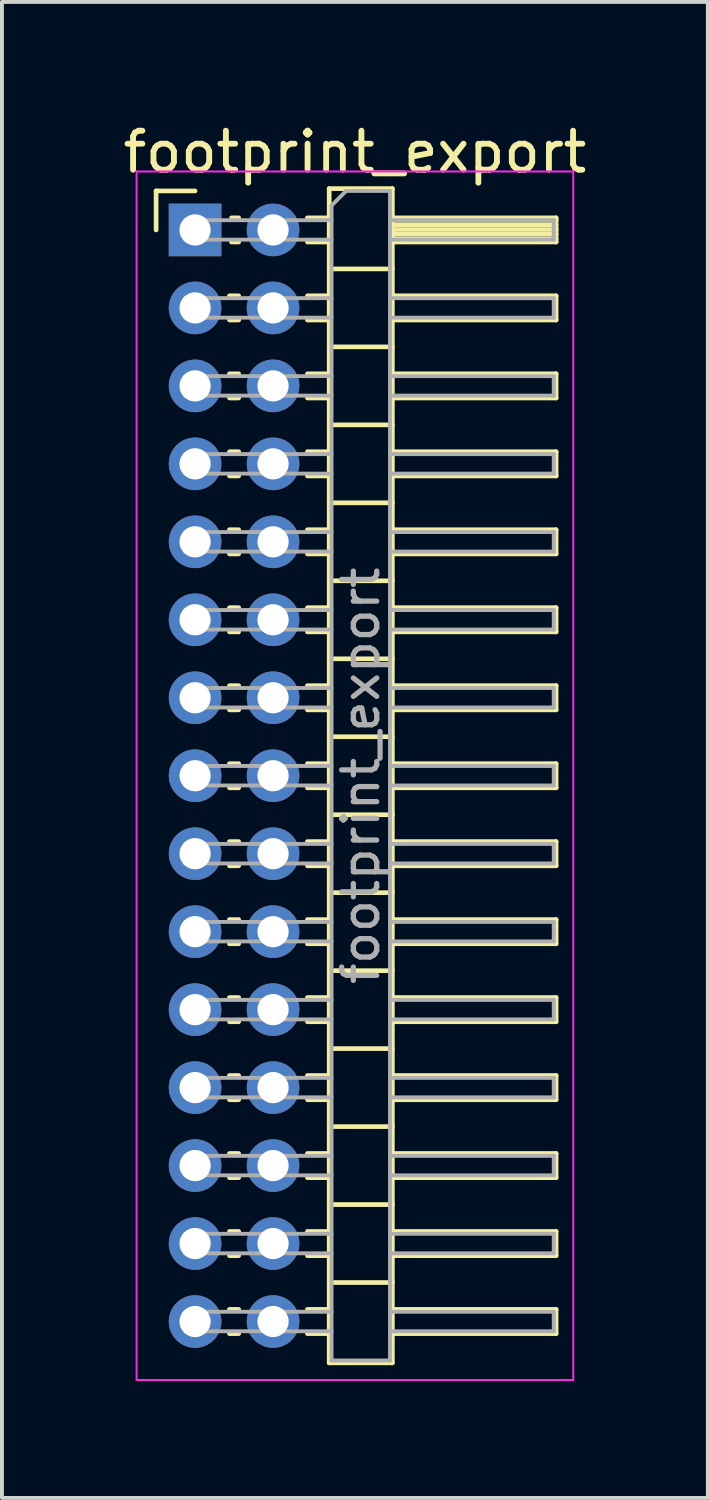
<source format=kicad_pcb>
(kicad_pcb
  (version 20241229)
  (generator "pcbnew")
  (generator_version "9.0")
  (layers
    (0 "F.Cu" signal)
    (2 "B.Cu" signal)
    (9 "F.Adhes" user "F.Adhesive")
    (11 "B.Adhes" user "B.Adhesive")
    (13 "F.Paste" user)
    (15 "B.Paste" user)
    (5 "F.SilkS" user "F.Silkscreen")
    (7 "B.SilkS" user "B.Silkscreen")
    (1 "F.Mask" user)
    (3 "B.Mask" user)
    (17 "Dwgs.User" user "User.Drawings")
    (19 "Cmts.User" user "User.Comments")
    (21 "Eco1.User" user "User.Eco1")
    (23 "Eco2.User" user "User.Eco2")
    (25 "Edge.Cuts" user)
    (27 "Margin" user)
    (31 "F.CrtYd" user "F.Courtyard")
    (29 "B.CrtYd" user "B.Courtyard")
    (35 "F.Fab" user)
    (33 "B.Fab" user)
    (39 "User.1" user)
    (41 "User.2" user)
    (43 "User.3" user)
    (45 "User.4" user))
  (footprint "footprint_export"
    (layer "F.Cu")
    (at 1.954 2.848)
    (property "Reference" "footprint_export" (at 4.1 -2 0) (layer "F.SilkS") (effects (font (size 1 1) (thickness 0.15))))
    (attr through_hole)
    (fp_line (start -1 -1) (end 0 -1) (stroke (width 0.12) (type solid)) (layer "F.SilkS"))
    (fp_line (start -1 0) (end -1 -1) (stroke (width 0.12) (type solid)) (layer "F.SilkS"))
    (fp_line (start 0.882 1.69) (end 1.118 1.69) (stroke (width 0.12) (type solid)) (layer "F.SilkS"))
    (fp_line (start 0.882 2.31) (end 1.118 2.31) (stroke (width 0.12) (type solid)) (layer "F.SilkS"))
    (fp_line (start 0.882 3.69) (end 1.118 3.69) (stroke (width 0.12) (type solid)) (layer "F.SilkS"))
    (fp_line (start 0.882 4.31) (end 1.118 4.31) (stroke (width 0.12) (type solid)) (layer "F.SilkS"))
    (fp_line (start 0.882 5.69) (end 1.118 5.69) (stroke (width 0.12) (type solid)) (layer "F.SilkS"))
    (fp_line (start 0.882 6.31) (end 1.118 6.31) (stroke (width 0.12) (type solid)) (layer "F.SilkS"))
    (fp_line (start 0.882 7.69) (end 1.118 7.69) (stroke (width 0.12) (type solid)) (layer "F.SilkS"))
    (fp_line (start 0.882 8.31) (end 1.118 8.31) (stroke (width 0.12) (type solid)) (layer "F.SilkS"))
    (fp_line (start 0.882 9.69) (end 1.118 9.69) (stroke (width 0.12) (type solid)) (layer "F.SilkS"))
    (fp_line (start 0.882 10.31) (end 1.118 10.31) (stroke (width 0.12) (type solid)) (layer "F.SilkS"))
    (fp_line (start 0.882 11.69) (end 1.118 11.69) (stroke (width 0.12) (type solid)) (layer "F.SilkS"))
    (fp_line (start 0.882 12.31) (end 1.118 12.31) (stroke (width 0.12) (type solid)) (layer "F.SilkS"))
    (fp_line (start 0.882 13.69) (end 1.118 13.69) (stroke (width 0.12) (type solid)) (layer "F.SilkS"))
    (fp_line (start 0.882 14.31) (end 1.118 14.31) (stroke (width 0.12) (type solid)) (layer "F.SilkS"))
    (fp_line (start 0.882 15.69) (end 1.118 15.69) (stroke (width 0.12) (type solid)) (layer "F.SilkS"))
    (fp_line (start 0.882 16.31) (end 1.118 16.31) (stroke (width 0.12) (type solid)) (layer "F.SilkS"))
    (fp_line (start 0.882 17.69) (end 1.118 17.69) (stroke (width 0.12) (type solid)) (layer "F.SilkS"))
    (fp_line (start 0.882 18.31) (end 1.118 18.31) (stroke (width 0.12) (type solid)) (layer "F.SilkS"))
    (fp_line (start 0.882 19.69) (end 1.118 19.69) (stroke (width 0.12) (type solid)) (layer "F.SilkS"))
    (fp_line (start 0.882 20.31) (end 1.118 20.31) (stroke (width 0.12) (type solid)) (layer "F.SilkS"))
    (fp_line (start 0.882 21.69) (end 1.118 21.69) (stroke (width 0.12) (type solid)) (layer "F.SilkS"))
    (fp_line (start 0.882 22.31) (end 1.118 22.31) (stroke (width 0.12) (type solid)) (layer "F.SilkS"))
    (fp_line (start 0.882 23.69) (end 1.118 23.69) (stroke (width 0.12) (type solid)) (layer "F.SilkS"))
    (fp_line (start 0.882 24.31) (end 1.118 24.31) (stroke (width 0.12) (type solid)) (layer "F.SilkS"))
    (fp_line (start 0.882 25.69) (end 1.118 25.69) (stroke (width 0.12) (type solid)) (layer "F.SilkS"))
    (fp_line (start 0.882 26.31) (end 1.118 26.31) (stroke (width 0.12) (type solid)) (layer "F.SilkS"))
    (fp_line (start 0.882 27.69) (end 1.118 27.69) (stroke (width 0.12) (type solid)) (layer "F.SilkS"))
    (fp_line (start 0.882 28.31) (end 1.118 28.31) (stroke (width 0.12) (type solid)) (layer "F.SilkS"))
    (fp_line (start 0.935 -0.31) (end 1.118 -0.31) (stroke (width 0.12) (type solid)) (layer "F.SilkS"))
    (fp_line (start 0.935 0.31) (end 1.118 0.31) (stroke (width 0.12) (type solid)) (layer "F.SilkS"))
    (fp_line (start 2.882 -0.31) (end 3.44 -0.31) (stroke (width 0.12) (type solid)) (layer "F.SilkS"))
    (fp_line (start 2.882 0.31) (end 3.44 0.31) (stroke (width 0.12) (type solid)) (layer "F.SilkS"))
    (fp_line (start 2.882 1.69) (end 3.44 1.69) (stroke (width 0.12) (type solid)) (layer "F.SilkS"))
    (fp_line (start 2.882 2.31) (end 3.44 2.31) (stroke (width 0.12) (type solid)) (layer "F.SilkS"))
    (fp_line (start 2.882 3.69) (end 3.44 3.69) (stroke (width 0.12) (type solid)) (layer "F.SilkS"))
    (fp_line (start 2.882 4.31) (end 3.44 4.31) (stroke (width 0.12) (type solid)) (layer "F.SilkS"))
    (fp_line (start 2.882 5.69) (end 3.44 5.69) (stroke (width 0.12) (type solid)) (layer "F.SilkS"))
    (fp_line (start 2.882 6.31) (end 3.44 6.31) (stroke (width 0.12) (type solid)) (layer "F.SilkS"))
    (fp_line (start 2.882 7.69) (end 3.44 7.69) (stroke (width 0.12) (type solid)) (layer "F.SilkS"))
    (fp_line (start 2.882 8.31) (end 3.44 8.31) (stroke (width 0.12) (type solid)) (layer "F.SilkS"))
    (fp_line (start 2.882 9.69) (end 3.44 9.69) (stroke (width 0.12) (type solid)) (layer "F.SilkS"))
    (fp_line (start 2.882 10.31) (end 3.44 10.31) (stroke (width 0.12) (type solid)) (layer "F.SilkS"))
    (fp_line (start 2.882 11.69) (end 3.44 11.69) (stroke (width 0.12) (type solid)) (layer "F.SilkS"))
    (fp_line (start 2.882 12.31) (end 3.44 12.31) (stroke (width 0.12) (type solid)) (layer "F.SilkS"))
    (fp_line (start 2.882 13.69) (end 3.44 13.69) (stroke (width 0.12) (type solid)) (layer "F.SilkS"))
    (fp_line (start 2.882 14.31) (end 3.44 14.31) (stroke (width 0.12) (type solid)) (layer "F.SilkS"))
    (fp_line (start 2.882 15.69) (end 3.44 15.69) (stroke (width 0.12) (type solid)) (layer "F.SilkS"))
    (fp_line (start 2.882 16.31) (end 3.44 16.31) (stroke (width 0.12) (type solid)) (layer "F.SilkS"))
    (fp_line (start 2.882 17.69) (end 3.44 17.69) (stroke (width 0.12) (type solid)) (layer "F.SilkS"))
    (fp_line (start 2.882 18.31) (end 3.44 18.31) (stroke (width 0.12) (type solid)) (layer "F.SilkS"))
    (fp_line (start 2.882 19.69) (end 3.44 19.69) (stroke (width 0.12) (type solid)) (layer "F.SilkS"))
    (fp_line (start 2.882 20.31) (end 3.44 20.31) (stroke (width 0.12) (type solid)) (layer "F.SilkS"))
    (fp_line (start 2.882 21.69) (end 3.44 21.69) (stroke (width 0.12) (type solid)) (layer "F.SilkS"))
    (fp_line (start 2.882 22.31) (end 3.44 22.31) (stroke (width 0.12) (type solid)) (layer "F.SilkS"))
    (fp_line (start 2.882 23.69) (end 3.44 23.69) (stroke (width 0.12) (type solid)) (layer "F.SilkS"))
    (fp_line (start 2.882 24.31) (end 3.44 24.31) (stroke (width 0.12) (type solid)) (layer "F.SilkS"))
    (fp_line (start 2.882 25.69) (end 3.44 25.69) (stroke (width 0.12) (type solid)) (layer "F.SilkS"))
    (fp_line (start 2.882 26.31) (end 3.44 26.31) (stroke (width 0.12) (type solid)) (layer "F.SilkS"))
    (fp_line (start 2.882 27.69) (end 3.44 27.69) (stroke (width 0.12) (type solid)) (layer "F.SilkS"))
    (fp_line (start 2.882 28.31) (end 3.44 28.31) (stroke (width 0.12) (type solid)) (layer "F.SilkS"))
    (fp_line (start 3.44 -1.06) (end 3.44 29.06) (stroke (width 0.12) (type solid)) (layer "F.SilkS"))
    (fp_line (start 3.44 1) (end 5.06 1) (stroke (width 0.12) (type solid)) (layer "F.SilkS"))
    (fp_line (start 3.44 3) (end 5.06 3) (stroke (width 0.12) (type solid)) (layer "F.SilkS"))
    (fp_line (start 3.44 5) (end 5.06 5) (stroke (width 0.12) (type solid)) (layer "F.SilkS"))
    (fp_line (start 3.44 7) (end 5.06 7) (stroke (width 0.12) (type solid)) (layer "F.SilkS"))
    (fp_line (start 3.44 9) (end 5.06 9) (stroke (width 0.12) (type solid)) (layer "F.SilkS"))
    (fp_line (start 3.44 11) (end 5.06 11) (stroke (width 0.12) (type solid)) (layer "F.SilkS"))
    (fp_line (start 3.44 13) (end 5.06 13) (stroke (width 0.12) (type solid)) (layer "F.SilkS"))
    (fp_line (start 3.44 15) (end 5.06 15) (stroke (width 0.12) (type solid)) (layer "F.SilkS"))
    (fp_line (start 3.44 17) (end 5.06 17) (stroke (width 0.12) (type solid)) (layer "F.SilkS"))
    (fp_line (start 3.44 19) (end 5.06 19) (stroke (width 0.12) (type solid)) (layer "F.SilkS"))
    (fp_line (start 3.44 21) (end 5.06 21) (stroke (width 0.12) (type solid)) (layer "F.SilkS"))
    (fp_line (start 3.44 23) (end 5.06 23) (stroke (width 0.12) (type solid)) (layer "F.SilkS"))
    (fp_line (start 3.44 25) (end 5.06 25) (stroke (width 0.12) (type solid)) (layer "F.SilkS"))
    (fp_line (start 3.44 27) (end 5.06 27) (stroke (width 0.12) (type solid)) (layer "F.SilkS"))
    (fp_line (start 3.44 29.06) (end 5.06 29.06) (stroke (width 0.12) (type solid)) (layer "F.SilkS"))
    (fp_line (start 5.06 -1.06) (end 3.44 -1.06) (stroke (width 0.12) (type solid)) (layer "F.SilkS"))
    (fp_line (start 5.06 -0.31) (end 9.26 -0.31) (stroke (width 0.12) (type solid)) (layer "F.SilkS"))
    (fp_line (start 5.06 -0.25) (end 9.26 -0.25) (stroke (width 0.12) (type solid)) (layer "F.SilkS"))
    (fp_line (start 5.06 -0.13) (end 9.26 -0.13) (stroke (width 0.12) (type solid)) (layer "F.SilkS"))
    (fp_line (start 5.06 -0.01) (end 9.26 -0.01) (stroke (width 0.12) (type solid)) (layer "F.SilkS"))
    (fp_line (start 5.06 0.11) (end 9.26 0.11) (stroke (width 0.12) (type solid)) (layer "F.SilkS"))
    (fp_line (start 5.06 0.23) (end 9.26 0.23) (stroke (width 0.12) (type solid)) (layer "F.SilkS"))
    (fp_line (start 5.06 1.69) (end 9.26 1.69) (stroke (width 0.12) (type solid)) (layer "F.SilkS"))
    (fp_line (start 5.06 3.69) (end 9.26 3.69) (stroke (width 0.12) (type solid)) (layer "F.SilkS"))
    (fp_line (start 5.06 5.69) (end 9.26 5.69) (stroke (width 0.12) (type solid)) (layer "F.SilkS"))
    (fp_line (start 5.06 7.69) (end 9.26 7.69) (stroke (width 0.12) (type solid)) (layer "F.SilkS"))
    (fp_line (start 5.06 9.69) (end 9.26 9.69) (stroke (width 0.12) (type solid)) (layer "F.SilkS"))
    (fp_line (start 5.06 11.69) (end 9.26 11.69) (stroke (width 0.12) (type solid)) (layer "F.SilkS"))
    (fp_line (start 5.06 13.69) (end 9.26 13.69) (stroke (width 0.12) (type solid)) (layer "F.SilkS"))
    (fp_line (start 5.06 15.69) (end 9.26 15.69) (stroke (width 0.12) (type solid)) (layer "F.SilkS"))
    (fp_line (start 5.06 17.69) (end 9.26 17.69) (stroke (width 0.12) (type solid)) (layer "F.SilkS"))
    (fp_line (start 5.06 19.69) (end 9.26 19.69) (stroke (width 0.12) (type solid)) (layer "F.SilkS"))
    (fp_line (start 5.06 21.69) (end 9.26 21.69) (stroke (width 0.12) (type solid)) (layer "F.SilkS"))
    (fp_line (start 5.06 23.69) (end 9.26 23.69) (stroke (width 0.12) (type solid)) (layer "F.SilkS"))
    (fp_line (start 5.06 25.69) (end 9.26 25.69) (stroke (width 0.12) (type solid)) (layer "F.SilkS"))
    (fp_line (start 5.06 27.69) (end 9.26 27.69) (stroke (width 0.12) (type solid)) (layer "F.SilkS"))
    (fp_line (start 5.06 29.06) (end 5.06 -1.06) (stroke (width 0.12) (type solid)) (layer "F.SilkS"))
    (fp_line (start 9.26 -0.31) (end 9.26 0.31) (stroke (width 0.12) (type solid)) (layer "F.SilkS"))
    (fp_line (start 9.26 0.31) (end 5.06 0.31) (stroke (width 0.12) (type solid)) (layer "F.SilkS"))
    (fp_line (start 9.26 1.69) (end 9.26 2.31) (stroke (width 0.12) (type solid)) (layer "F.SilkS"))
    (fp_line (start 9.26 2.31) (end 5.06 2.31) (stroke (width 0.12) (type solid)) (layer "F.SilkS"))
    (fp_line (start 9.26 3.69) (end 9.26 4.31) (stroke (width 0.12) (type solid)) (layer "F.SilkS"))
    (fp_line (start 9.26 4.31) (end 5.06 4.31) (stroke (width 0.12) (type solid)) (layer "F.SilkS"))
    (fp_line (start 9.26 5.69) (end 9.26 6.31) (stroke (width 0.12) (type solid)) (layer "F.SilkS"))
    (fp_line (start 9.26 6.31) (end 5.06 6.31) (stroke (width 0.12) (type solid)) (layer "F.SilkS"))
    (fp_line (start 9.26 7.69) (end 9.26 8.31) (stroke (width 0.12) (type solid)) (layer "F.SilkS"))
    (fp_line (start 9.26 8.31) (end 5.06 8.31) (stroke (width 0.12) (type solid)) (layer "F.SilkS"))
    (fp_line (start 9.26 9.69) (end 9.26 10.31) (stroke (width 0.12) (type solid)) (layer "F.SilkS"))
    (fp_line (start 9.26 10.31) (end 5.06 10.31) (stroke (width 0.12) (type solid)) (layer "F.SilkS"))
    (fp_line (start 9.26 11.69) (end 9.26 12.31) (stroke (width 0.12) (type solid)) (layer "F.SilkS"))
    (fp_line (start 9.26 12.31) (end 5.06 12.31) (stroke (width 0.12) (type solid)) (layer "F.SilkS"))
    (fp_line (start 9.26 13.69) (end 9.26 14.31) (stroke (width 0.12) (type solid)) (layer "F.SilkS"))
    (fp_line (start 9.26 14.31) (end 5.06 14.31) (stroke (width 0.12) (type solid)) (layer "F.SilkS"))
    (fp_line (start 9.26 15.69) (end 9.26 16.31) (stroke (width 0.12) (type solid)) (layer "F.SilkS"))
    (fp_line (start 9.26 16.31) (end 5.06 16.31) (stroke (width 0.12) (type solid)) (layer "F.SilkS"))
    (fp_line (start 9.26 17.69) (end 9.26 18.31) (stroke (width 0.12) (type solid)) (layer "F.SilkS"))
    (fp_line (start 9.26 18.31) (end 5.06 18.31) (stroke (width 0.12) (type solid)) (layer "F.SilkS"))
    (fp_line (start 9.26 19.69) (end 9.26 20.31) (stroke (width 0.12) (type solid)) (layer "F.SilkS"))
    (fp_line (start 9.26 20.31) (end 5.06 20.31) (stroke (width 0.12) (type solid)) (layer "F.SilkS"))
    (fp_line (start 9.26 21.69) (end 9.26 22.31) (stroke (width 0.12) (type solid)) (layer "F.SilkS"))
    (fp_line (start 9.26 22.31) (end 5.06 22.31) (stroke (width 0.12) (type solid)) (layer "F.SilkS"))
    (fp_line (start 9.26 23.69) (end 9.26 24.31) (stroke (width 0.12) (type solid)) (layer "F.SilkS"))
    (fp_line (start 9.26 24.31) (end 5.06 24.31) (stroke (width 0.12) (type solid)) (layer "F.SilkS"))
    (fp_line (start 9.26 25.69) (end 9.26 26.31) (stroke (width 0.12) (type solid)) (layer "F.SilkS"))
    (fp_line (start 9.26 26.31) (end 5.06 26.31) (stroke (width 0.12) (type solid)) (layer "F.SilkS"))
    (fp_line (start 9.26 27.69) (end 9.26 28.31) (stroke (width 0.12) (type solid)) (layer "F.SilkS"))
    (fp_line (start 9.26 28.31) (end 5.06 28.31) (stroke (width 0.12) (type solid)) (layer "F.SilkS"))
    (fp_line (start -1.5 -1.5) (end -1.5 29.5) (stroke (width 0.05) (type solid)) (layer "F.CrtYd"))
    (fp_line (start -1.5 29.5) (end 9.7 29.5) (stroke (width 0.05) (type solid)) (layer "F.CrtYd"))
    (fp_line (start 9.7 -1.5) (end -1.5 -1.5) (stroke (width 0.05) (type solid)) (layer "F.CrtYd"))
    (fp_line (start 9.7 29.5) (end 9.7 -1.5) (stroke (width 0.05) (type solid)) (layer "F.CrtYd"))
    (fp_line (start -0.25 -0.25) (end -0.25 0.25) (stroke (width 0.1) (type solid)) (layer "F.Fab"))
    (fp_line (start -0.25 -0.25) (end 3.5 -0.25) (stroke (width 0.1) (type solid)) (layer "F.Fab"))
    (fp_line (start -0.25 0.25) (end 3.5 0.25) (stroke (width 0.1) (type solid)) (layer "F.Fab"))
    (fp_line (start -0.25 1.75) (end -0.25 2.25) (stroke (width 0.1) (type solid)) (layer "F.Fab"))
    (fp_line (start -0.25 1.75) (end 3.5 1.75) (stroke (width 0.1) (type solid)) (layer "F.Fab"))
    (fp_line (start -0.25 2.25) (end 3.5 2.25) (stroke (width 0.1) (type solid)) (layer "F.Fab"))
    (fp_line (start -0.25 3.75) (end -0.25 4.25) (stroke (width 0.1) (type solid)) (layer "F.Fab"))
    (fp_line (start -0.25 3.75) (end 3.5 3.75) (stroke (width 0.1) (type solid)) (layer "F.Fab"))
    (fp_line (start -0.25 4.25) (end 3.5 4.25) (stroke (width 0.1) (type solid)) (layer "F.Fab"))
    (fp_line (start -0.25 5.75) (end -0.25 6.25) (stroke (width 0.1) (type solid)) (layer "F.Fab"))
    (fp_line (start -0.25 5.75) (end 3.5 5.75) (stroke (width 0.1) (type solid)) (layer "F.Fab"))
    (fp_line (start -0.25 6.25) (end 3.5 6.25) (stroke (width 0.1) (type solid)) (layer "F.Fab"))
    (fp_line (start -0.25 7.75) (end -0.25 8.25) (stroke (width 0.1) (type solid)) (layer "F.Fab"))
    (fp_line (start -0.25 7.75) (end 3.5 7.75) (stroke (width 0.1) (type solid)) (layer "F.Fab"))
    (fp_line (start -0.25 8.25) (end 3.5 8.25) (stroke (width 0.1) (type solid)) (layer "F.Fab"))
    (fp_line (start -0.25 9.75) (end -0.25 10.25) (stroke (width 0.1) (type solid)) (layer "F.Fab"))
    (fp_line (start -0.25 9.75) (end 3.5 9.75) (stroke (width 0.1) (type solid)) (layer "F.Fab"))
    (fp_line (start -0.25 10.25) (end 3.5 10.25) (stroke (width 0.1) (type solid)) (layer "F.Fab"))
    (fp_line (start -0.25 11.75) (end -0.25 12.25) (stroke (width 0.1) (type solid)) (layer "F.Fab"))
    (fp_line (start -0.25 11.75) (end 3.5 11.75) (stroke (width 0.1) (type solid)) (layer "F.Fab"))
    (fp_line (start -0.25 12.25) (end 3.5 12.25) (stroke (width 0.1) (type solid)) (layer "F.Fab"))
    (fp_line (start -0.25 13.75) (end -0.25 14.25) (stroke (width 0.1) (type solid)) (layer "F.Fab"))
    (fp_line (start -0.25 13.75) (end 3.5 13.75) (stroke (width 0.1) (type solid)) (layer "F.Fab"))
    (fp_line (start -0.25 14.25) (end 3.5 14.25) (stroke (width 0.1) (type solid)) (layer "F.Fab"))
    (fp_line (start -0.25 15.75) (end -0.25 16.25) (stroke (width 0.1) (type solid)) (layer "F.Fab"))
    (fp_line (start -0.25 15.75) (end 3.5 15.75) (stroke (width 0.1) (type solid)) (layer "F.Fab"))
    (fp_line (start -0.25 16.25) (end 3.5 16.25) (stroke (width 0.1) (type solid)) (layer "F.Fab"))
    (fp_line (start -0.25 17.75) (end -0.25 18.25) (stroke (width 0.1) (type solid)) (layer "F.Fab"))
    (fp_line (start -0.25 17.75) (end 3.5 17.75) (stroke (width 0.1) (type solid)) (layer "F.Fab"))
    (fp_line (start -0.25 18.25) (end 3.5 18.25) (stroke (width 0.1) (type solid)) (layer "F.Fab"))
    (fp_line (start -0.25 19.75) (end -0.25 20.25) (stroke (width 0.1) (type solid)) (layer "F.Fab"))
    (fp_line (start -0.25 19.75) (end 3.5 19.75) (stroke (width 0.1) (type solid)) (layer "F.Fab"))
    (fp_line (start -0.25 20.25) (end 3.5 20.25) (stroke (width 0.1) (type solid)) (layer "F.Fab"))
    (fp_line (start -0.25 21.75) (end -0.25 22.25) (stroke (width 0.1) (type solid)) (layer "F.Fab"))
    (fp_line (start -0.25 21.75) (end 3.5 21.75) (stroke (width 0.1) (type solid)) (layer "F.Fab"))
    (fp_line (start -0.25 22.25) (end 3.5 22.25) (stroke (width 0.1) (type solid)) (layer "F.Fab"))
    (fp_line (start -0.25 23.75) (end -0.25 24.25) (stroke (width 0.1) (type solid)) (layer "F.Fab"))
    (fp_line (start -0.25 23.75) (end 3.5 23.75) (stroke (width 0.1) (type solid)) (layer "F.Fab"))
    (fp_line (start -0.25 24.25) (end 3.5 24.25) (stroke (width 0.1) (type solid)) (layer "F.Fab"))
    (fp_line (start -0.25 25.75) (end -0.25 26.25) (stroke (width 0.1) (type solid)) (layer "F.Fab"))
    (fp_line (start -0.25 25.75) (end 3.5 25.75) (stroke (width 0.1) (type solid)) (layer "F.Fab"))
    (fp_line (start -0.25 26.25) (end 3.5 26.25) (stroke (width 0.1) (type solid)) (layer "F.Fab"))
    (fp_line (start -0.25 27.75) (end -0.25 28.25) (stroke (width 0.1) (type solid)) (layer "F.Fab"))
    (fp_line (start -0.25 27.75) (end 3.5 27.75) (stroke (width 0.1) (type solid)) (layer "F.Fab"))
    (fp_line (start -0.25 28.25) (end 3.5 28.25) (stroke (width 0.1) (type solid)) (layer "F.Fab"))
    (fp_line (start 3.5 -0.625) (end 3.875 -1) (stroke (width 0.1) (type solid)) (layer "F.Fab"))
    (fp_line (start 3.5 29) (end 3.5 -0.625) (stroke (width 0.1) (type solid)) (layer "F.Fab"))
    (fp_line (start 3.875 -1) (end 5 -1) (stroke (width 0.1) (type solid)) (layer "F.Fab"))
    (fp_line (start 5 -1) (end 5 29) (stroke (width 0.1) (type solid)) (layer "F.Fab"))
    (fp_line (start 5 -0.25) (end 9.2 -0.25) (stroke (width 0.1) (type solid)) (layer "F.Fab"))
    (fp_line (start 5 0.25) (end 9.2 0.25) (stroke (width 0.1) (type solid)) (layer "F.Fab"))
    (fp_line (start 5 1.75) (end 9.2 1.75) (stroke (width 0.1) (type solid)) (layer "F.Fab"))
    (fp_line (start 5 2.25) (end 9.2 2.25) (stroke (width 0.1) (type solid)) (layer "F.Fab"))
    (fp_line (start 5 3.75) (end 9.2 3.75) (stroke (width 0.1) (type solid)) (layer "F.Fab"))
    (fp_line (start 5 4.25) (end 9.2 4.25) (stroke (width 0.1) (type solid)) (layer "F.Fab"))
    (fp_line (start 5 5.75) (end 9.2 5.75) (stroke (width 0.1) (type solid)) (layer "F.Fab"))
    (fp_line (start 5 6.25) (end 9.2 6.25) (stroke (width 0.1) (type solid)) (layer "F.Fab"))
    (fp_line (start 5 7.75) (end 9.2 7.75) (stroke (width 0.1) (type solid)) (layer "F.Fab"))
    (fp_line (start 5 8.25) (end 9.2 8.25) (stroke (width 0.1) (type solid)) (layer "F.Fab"))
    (fp_line (start 5 9.75) (end 9.2 9.75) (stroke (width 0.1) (type solid)) (layer "F.Fab"))
    (fp_line (start 5 10.25) (end 9.2 10.25) (stroke (width 0.1) (type solid)) (layer "F.Fab"))
    (fp_line (start 5 11.75) (end 9.2 11.75) (stroke (width 0.1) (type solid)) (layer "F.Fab"))
    (fp_line (start 5 12.25) (end 9.2 12.25) (stroke (width 0.1) (type solid)) (layer "F.Fab"))
    (fp_line (start 5 13.75) (end 9.2 13.75) (stroke (width 0.1) (type solid)) (layer "F.Fab"))
    (fp_line (start 5 14.25) (end 9.2 14.25) (stroke (width 0.1) (type solid)) (layer "F.Fab"))
    (fp_line (start 5 15.75) (end 9.2 15.75) (stroke (width 0.1) (type solid)) (layer "F.Fab"))
    (fp_line (start 5 16.25) (end 9.2 16.25) (stroke (width 0.1) (type solid)) (layer "F.Fab"))
    (fp_line (start 5 17.75) (end 9.2 17.75) (stroke (width 0.1) (type solid)) (layer "F.Fab"))
    (fp_line (start 5 18.25) (end 9.2 18.25) (stroke (width 0.1) (type solid)) (layer "F.Fab"))
    (fp_line (start 5 19.75) (end 9.2 19.75) (stroke (width 0.1) (type solid)) (layer "F.Fab"))
    (fp_line (start 5 20.25) (end 9.2 20.25) (stroke (width 0.1) (type solid)) (layer "F.Fab"))
    (fp_line (start 5 21.75) (end 9.2 21.75) (stroke (width 0.1) (type solid)) (layer "F.Fab"))
    (fp_line (start 5 22.25) (end 9.2 22.25) (stroke (width 0.1) (type solid)) (layer "F.Fab"))
    (fp_line (start 5 23.75) (end 9.2 23.75) (stroke (width 0.1) (type solid)) (layer "F.Fab"))
    (fp_line (start 5 24.25) (end 9.2 24.25) (stroke (width 0.1) (type solid)) (layer "F.Fab"))
    (fp_line (start 5 25.75) (end 9.2 25.75) (stroke (width 0.1) (type solid)) (layer "F.Fab"))
    (fp_line (start 5 26.25) (end 9.2 26.25) (stroke (width 0.1) (type solid)) (layer "F.Fab"))
    (fp_line (start 5 27.75) (end 9.2 27.75) (stroke (width 0.1) (type solid)) (layer "F.Fab"))
    (fp_line (start 5 28.25) (end 9.2 28.25) (stroke (width 0.1) (type solid)) (layer "F.Fab"))
    (fp_line (start 5 29) (end 3.5 29) (stroke (width 0.1) (type solid)) (layer "F.Fab"))
    (fp_line (start 9.2 -0.25) (end 9.2 0.25) (stroke (width 0.1) (type solid)) (layer "F.Fab"))
    (fp_line (start 9.2 1.75) (end 9.2 2.25) (stroke (width 0.1) (type solid)) (layer "F.Fab"))
    (fp_line (start 9.2 3.75) (end 9.2 4.25) (stroke (width 0.1) (type solid)) (layer "F.Fab"))
    (fp_line (start 9.2 5.75) (end 9.2 6.25) (stroke (width 0.1) (type solid)) (layer "F.Fab"))
    (fp_line (start 9.2 7.75) (end 9.2 8.25) (stroke (width 0.1) (type solid)) (layer "F.Fab"))
    (fp_line (start 9.2 9.75) (end 9.2 10.25) (stroke (width 0.1) (type solid)) (layer "F.Fab"))
    (fp_line (start 9.2 11.75) (end 9.2 12.25) (stroke (width 0.1) (type solid)) (layer "F.Fab"))
    (fp_line (start 9.2 13.75) (end 9.2 14.25) (stroke (width 0.1) (type solid)) (layer "F.Fab"))
    (fp_line (start 9.2 15.75) (end 9.2 16.25) (stroke (width 0.1) (type solid)) (layer "F.Fab"))
    (fp_line (start 9.2 17.75) (end 9.2 18.25) (stroke (width 0.1) (type solid)) (layer "F.Fab"))
    (fp_line (start 9.2 19.75) (end 9.2 20.25) (stroke (width 0.1) (type solid)) (layer "F.Fab"))
    (fp_line (start 9.2 21.75) (end 9.2 22.25) (stroke (width 0.1) (type solid)) (layer "F.Fab"))
    (fp_line (start 9.2 23.75) (end 9.2 24.25) (stroke (width 0.1) (type solid)) (layer "F.Fab"))
    (fp_line (start 9.2 25.75) (end 9.2 26.25) (stroke (width 0.1) (type solid)) (layer "F.Fab"))
    (fp_line (start 9.2 27.75) (end 9.2 28.25) (stroke (width 0.1) (type solid)) (layer "F.Fab"))
    (fp_text user "${REFERENCE}" (at 4.25 14 90) (layer "F.Fab") (effects (font (size 0.9 0.9) (thickness 0.135))))
    (pad "1" thru_hole rect (at 0 0) (size 1.35 1.35) (drill 0.8) (layers "*.Cu" "*.Mask"))
    (pad "2" thru_hole oval (at 2 0) (size 1.35 1.35) (drill 0.8) (layers "*.Cu" "*.Mask"))
    (pad "3" thru_hole oval (at 0 2) (size 1.35 1.35) (drill 0.8) (layers "*.Cu" "*.Mask"))
    (pad "4" thru_hole oval (at 2 2) (size 1.35 1.35) (drill 0.8) (layers "*.Cu" "*.Mask"))
    (pad "5" thru_hole oval (at 0 4) (size 1.35 1.35) (drill 0.8) (layers "*.Cu" "*.Mask"))
    (pad "6" thru_hole oval (at 2 4) (size 1.35 1.35) (drill 0.8) (layers "*.Cu" "*.Mask"))
    (pad "7" thru_hole oval (at 0 6) (size 1.35 1.35) (drill 0.8) (layers "*.Cu" "*.Mask"))
    (pad "8" thru_hole oval (at 2 6) (size 1.35 1.35) (drill 0.8) (layers "*.Cu" "*.Mask"))
    (pad "9" thru_hole oval (at 0 8) (size 1.35 1.35) (drill 0.8) (layers "*.Cu" "*.Mask"))
    (pad "10" thru_hole oval (at 2 8) (size 1.35 1.35) (drill 0.8) (layers "*.Cu" "*.Mask"))
    (pad "11" thru_hole oval (at 0 10) (size 1.35 1.35) (drill 0.8) (layers "*.Cu" "*.Mask"))
    (pad "12" thru_hole oval (at 2 10) (size 1.35 1.35) (drill 0.8) (layers "*.Cu" "*.Mask"))
    (pad "13" thru_hole oval (at 0 12) (size 1.35 1.35) (drill 0.8) (layers "*.Cu" "*.Mask"))
    (pad "14" thru_hole oval (at 2 12) (size 1.35 1.35) (drill 0.8) (layers "*.Cu" "*.Mask"))
    (pad "15" thru_hole oval (at 0 14) (size 1.35 1.35) (drill 0.8) (layers "*.Cu" "*.Mask"))
    (pad "16" thru_hole oval (at 2 14) (size 1.35 1.35) (drill 0.8) (layers "*.Cu" "*.Mask"))
    (pad "17" thru_hole oval (at 0 16) (size 1.35 1.35) (drill 0.8) (layers "*.Cu" "*.Mask"))
    (pad "18" thru_hole oval (at 2 16) (size 1.35 1.35) (drill 0.8) (layers "*.Cu" "*.Mask"))
    (pad "19" thru_hole oval (at 0 18) (size 1.35 1.35) (drill 0.8) (layers "*.Cu" "*.Mask"))
    (pad "20" thru_hole oval (at 2 18) (size 1.35 1.35) (drill 0.8) (layers "*.Cu" "*.Mask"))
    (pad "21" thru_hole oval (at 0 20) (size 1.35 1.35) (drill 0.8) (layers "*.Cu" "*.Mask"))
    (pad "22" thru_hole oval (at 2 20) (size 1.35 1.35) (drill 0.8) (layers "*.Cu" "*.Mask"))
    (pad "23" thru_hole oval (at 0 22) (size 1.35 1.35) (drill 0.8) (layers "*.Cu" "*.Mask"))
    (pad "24" thru_hole oval (at 2 22) (size 1.35 1.35) (drill 0.8) (layers "*.Cu" "*.Mask"))
    (pad "25" thru_hole oval (at 0 24) (size 1.35 1.35) (drill 0.8) (layers "*.Cu" "*.Mask"))
    (pad "26" thru_hole oval (at 2 24) (size 1.35 1.35) (drill 0.8) (layers "*.Cu" "*.Mask"))
    (pad "27" thru_hole oval (at 0 26) (size 1.35 1.35) (drill 0.8) (layers "*.Cu" "*.Mask"))
    (pad "28" thru_hole oval (at 2 26) (size 1.35 1.35) (drill 0.8) (layers "*.Cu" "*.Mask"))
    (pad "29" thru_hole oval (at 0 28) (size 1.35 1.35) (drill 0.8) (layers "*.Cu" "*.Mask"))
    (pad "30" thru_hole oval (at 2 28) (size 1.35 1.35) (drill 0.8) (layers "*.Cu" "*.Mask")))
  (gr_rect
    (start -3 -3)
    (end 15.107 35.373)
    (stroke (width 0.1) (type default))
    (fill no)
    (layer "Edge.Cuts")))
</source>
